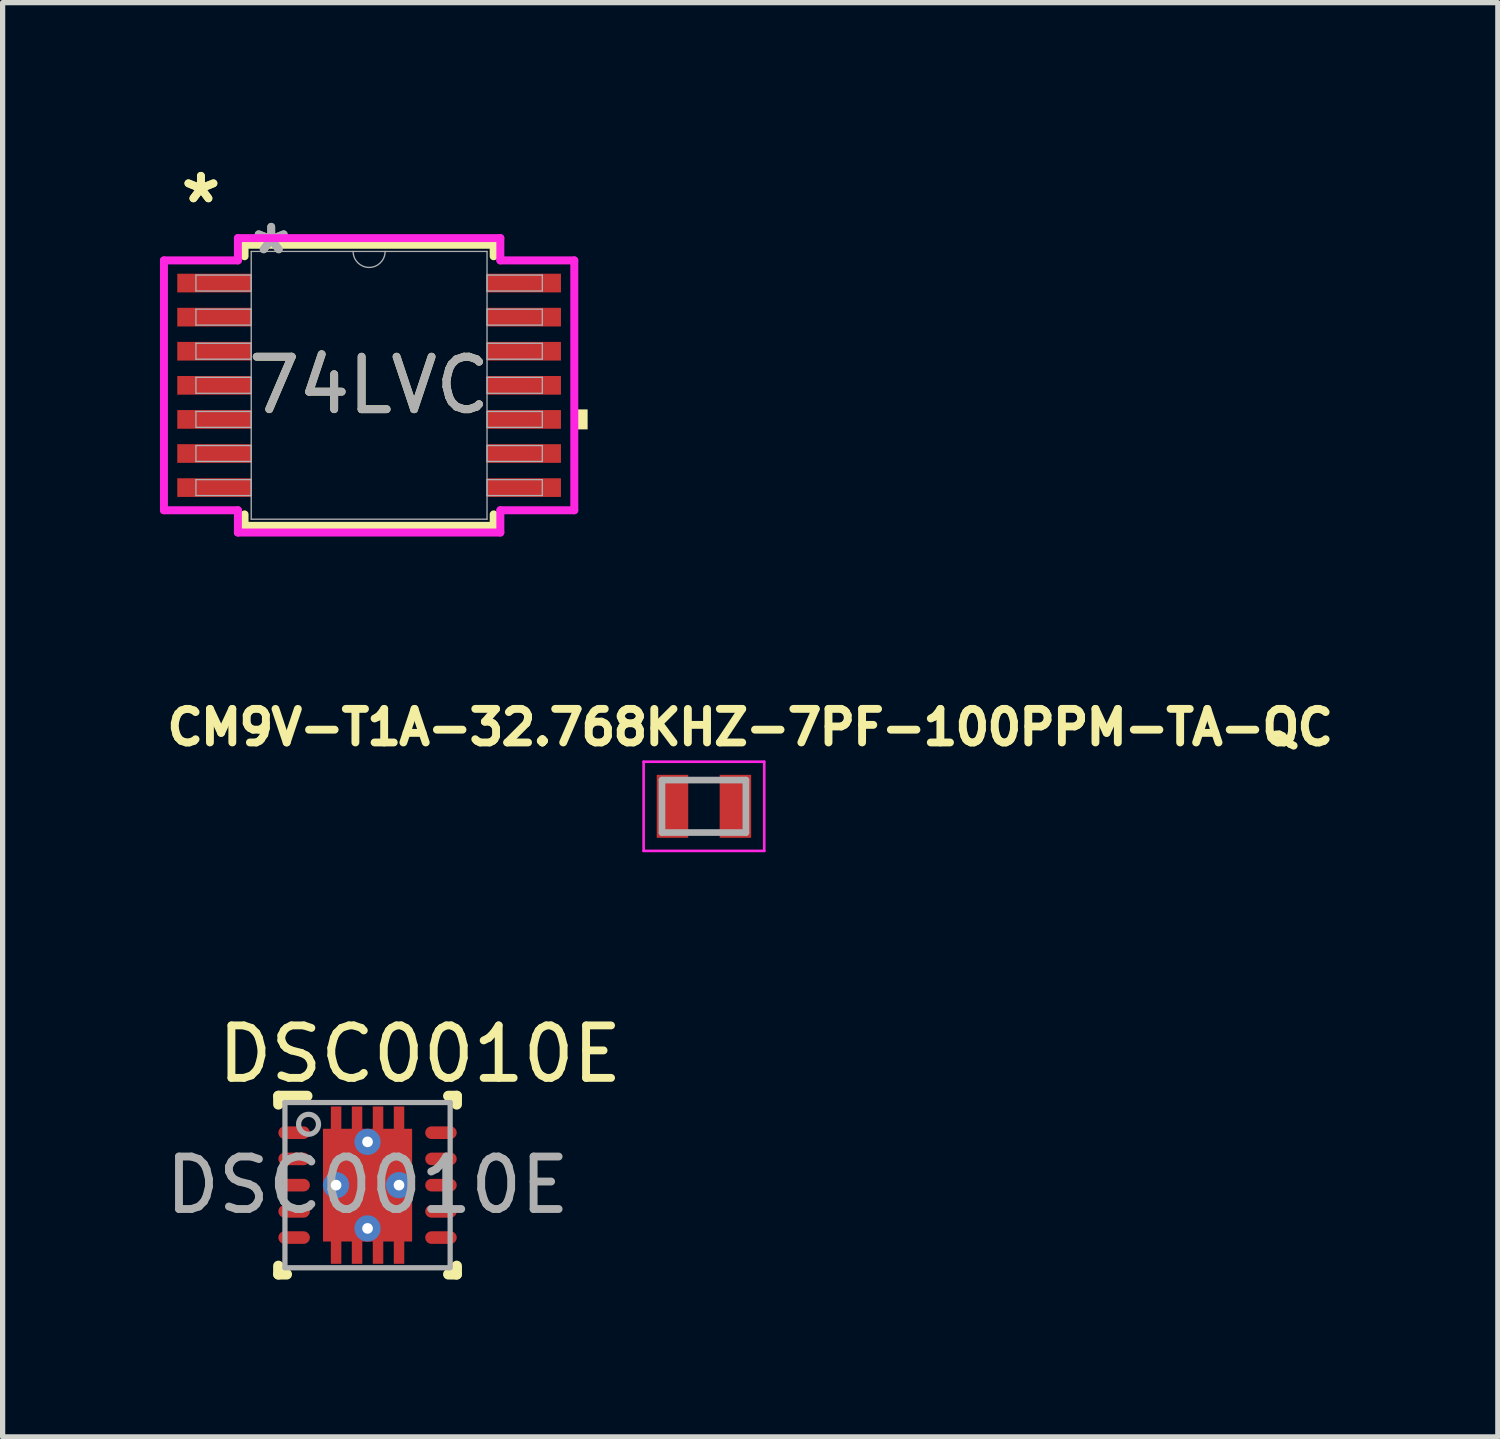
<source format=kicad_pcb>
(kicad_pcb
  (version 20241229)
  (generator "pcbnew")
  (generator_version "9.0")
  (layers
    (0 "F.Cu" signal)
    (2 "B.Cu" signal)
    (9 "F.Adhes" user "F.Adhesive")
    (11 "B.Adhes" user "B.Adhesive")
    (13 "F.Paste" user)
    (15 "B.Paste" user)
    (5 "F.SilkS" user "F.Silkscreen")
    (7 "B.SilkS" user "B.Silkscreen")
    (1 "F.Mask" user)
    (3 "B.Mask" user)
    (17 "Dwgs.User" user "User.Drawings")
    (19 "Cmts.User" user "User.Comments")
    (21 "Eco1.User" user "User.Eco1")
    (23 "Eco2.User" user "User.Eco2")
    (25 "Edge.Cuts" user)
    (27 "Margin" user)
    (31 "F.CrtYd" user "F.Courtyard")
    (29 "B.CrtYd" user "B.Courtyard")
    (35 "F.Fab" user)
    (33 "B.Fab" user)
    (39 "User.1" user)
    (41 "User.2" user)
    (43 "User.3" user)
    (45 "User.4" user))
  (footprint "74LVC"
    (layer "F.Cu")
    (at 3.988 4.297)
    (property "Reference" "74LVC" (at 0 0 0) (unlocked yes) (layer "F.SilkS") (effects (font (size 1 1) (thickness 0.15))))
    (attr smd)
    (fp_line (start -2.375 -2.68) (end -2.375 -2.461) (stroke (width 0.152) (type solid)) (layer "F.SilkS"))
    (fp_line (start -2.375 2.461) (end -2.375 2.68) (stroke (width 0.152) (type solid)) (layer "F.SilkS"))
    (fp_line (start -2.375 2.68) (end 2.375 2.68) (stroke (width 0.152) (type solid)) (layer "F.SilkS"))
    (fp_line (start 2.375 -2.68) (end -2.375 -2.68) (stroke (width 0.152) (type solid)) (layer "F.SilkS"))
    (fp_line (start 2.375 -2.461) (end 2.375 -2.68) (stroke (width 0.152) (type solid)) (layer "F.SilkS"))
    (fp_line (start 2.375 2.68) (end 2.375 2.461) (stroke (width 0.152) (type solid)) (layer "F.SilkS"))
    (fp_poly (pts (xy 4.166 0.459) (xy 4.166 0.84) (xy 3.912 0.84) (xy 3.912 0.459)) (stroke (width 0) (type solid)) (fill yes) (layer "F.SilkS"))
    (fp_line (start -3.912 -2.382) (end -2.502 -2.382) (stroke (width 0.152) (type solid)) (layer "F.CrtYd"))
    (fp_line (start -3.912 2.382) (end -3.912 -2.382) (stroke (width 0.152) (type solid)) (layer "F.CrtYd"))
    (fp_line (start -3.912 2.382) (end -2.502 2.382) (stroke (width 0.152) (type solid)) (layer "F.CrtYd"))
    (fp_line (start -2.502 -2.807) (end 2.502 -2.807) (stroke (width 0.152) (type solid)) (layer "F.CrtYd"))
    (fp_line (start -2.502 -2.382) (end -2.502 -2.807) (stroke (width 0.152) (type solid)) (layer "F.CrtYd"))
    (fp_line (start -2.502 2.807) (end -2.502 2.382) (stroke (width 0.152) (type solid)) (layer "F.CrtYd"))
    (fp_line (start 2.502 -2.807) (end 2.502 -2.382) (stroke (width 0.152) (type solid)) (layer "F.CrtYd"))
    (fp_line (start 2.502 2.382) (end 2.502 2.807) (stroke (width 0.152) (type solid)) (layer "F.CrtYd"))
    (fp_line (start 2.502 2.807) (end -2.502 2.807) (stroke (width 0.152) (type solid)) (layer "F.CrtYd"))
    (fp_line (start 3.912 -2.382) (end 2.502 -2.382) (stroke (width 0.152) (type solid)) (layer "F.CrtYd"))
    (fp_line (start 3.912 -2.382) (end 3.912 2.382) (stroke (width 0.152) (type solid)) (layer "F.CrtYd"))
    (fp_line (start 3.912 2.382) (end 2.502 2.382) (stroke (width 0.152) (type solid)) (layer "F.CrtYd"))
    (fp_line (start -3.302 -2.102) (end -3.302 -1.798) (stroke (width 0.025) (type solid)) (layer "F.Fab"))
    (fp_line (start -3.302 -1.798) (end -2.248 -1.798) (stroke (width 0.025) (type solid)) (layer "F.Fab"))
    (fp_line (start -3.302 -1.452) (end -3.302 -1.148) (stroke (width 0.025) (type solid)) (layer "F.Fab"))
    (fp_line (start -3.302 -1.148) (end -2.248 -1.148) (stroke (width 0.025) (type solid)) (layer "F.Fab"))
    (fp_line (start -3.302 -0.802) (end -3.302 -0.498) (stroke (width 0.025) (type solid)) (layer "F.Fab"))
    (fp_line (start -3.302 -0.498) (end -2.248 -0.498) (stroke (width 0.025) (type solid)) (layer "F.Fab"))
    (fp_line (start -3.302 -0.152) (end -3.302 0.152) (stroke (width 0.025) (type solid)) (layer "F.Fab"))
    (fp_line (start -3.302 0.152) (end -2.248 0.152) (stroke (width 0.025) (type solid)) (layer "F.Fab"))
    (fp_line (start -3.302 0.498) (end -3.302 0.802) (stroke (width 0.025) (type solid)) (layer "F.Fab"))
    (fp_line (start -3.302 0.802) (end -2.248 0.802) (stroke (width 0.025) (type solid)) (layer "F.Fab"))
    (fp_line (start -3.302 1.148) (end -3.302 1.452) (stroke (width 0.025) (type solid)) (layer "F.Fab"))
    (fp_line (start -3.302 1.452) (end -2.248 1.452) (stroke (width 0.025) (type solid)) (layer "F.Fab"))
    (fp_line (start -3.302 1.798) (end -3.302 2.102) (stroke (width 0.025) (type solid)) (layer "F.Fab"))
    (fp_line (start -3.302 2.102) (end -2.248 2.102) (stroke (width 0.025) (type solid)) (layer "F.Fab"))
    (fp_line (start -2.248 -2.553) (end -2.248 2.553) (stroke (width 0.025) (type solid)) (layer "F.Fab"))
    (fp_line (start -2.248 -2.102) (end -3.302 -2.102) (stroke (width 0.025) (type solid)) (layer "F.Fab"))
    (fp_line (start -2.248 -1.798) (end -2.248 -2.102) (stroke (width 0.025) (type solid)) (layer "F.Fab"))
    (fp_line (start -2.248 -1.452) (end -3.302 -1.452) (stroke (width 0.025) (type solid)) (layer "F.Fab"))
    (fp_line (start -2.248 -1.148) (end -2.248 -1.452) (stroke (width 0.025) (type solid)) (layer "F.Fab"))
    (fp_line (start -2.248 -0.802) (end -3.302 -0.802) (stroke (width 0.025) (type solid)) (layer "F.Fab"))
    (fp_line (start -2.248 -0.498) (end -2.248 -0.802) (stroke (width 0.025) (type solid)) (layer "F.Fab"))
    (fp_line (start -2.248 -0.152) (end -3.302 -0.152) (stroke (width 0.025) (type solid)) (layer "F.Fab"))
    (fp_line (start -2.248 0.152) (end -2.248 -0.152) (stroke (width 0.025) (type solid)) (layer "F.Fab"))
    (fp_line (start -2.248 0.498) (end -3.302 0.498) (stroke (width 0.025) (type solid)) (layer "F.Fab"))
    (fp_line (start -2.248 0.802) (end -2.248 0.498) (stroke (width 0.025) (type solid)) (layer "F.Fab"))
    (fp_line (start -2.248 1.148) (end -3.302 1.148) (stroke (width 0.025) (type solid)) (layer "F.Fab"))
    (fp_line (start -2.248 1.452) (end -2.248 1.148) (stroke (width 0.025) (type solid)) (layer "F.Fab"))
    (fp_line (start -2.248 1.798) (end -3.302 1.798) (stroke (width 0.025) (type solid)) (layer "F.Fab"))
    (fp_line (start -2.248 2.102) (end -2.248 1.798) (stroke (width 0.025) (type solid)) (layer "F.Fab"))
    (fp_line (start -2.248 2.553) (end 2.248 2.553) (stroke (width 0.025) (type solid)) (layer "F.Fab"))
    (fp_line (start 2.248 -2.553) (end -2.248 -2.553) (stroke (width 0.025) (type solid)) (layer "F.Fab"))
    (fp_line (start 2.248 -2.102) (end 2.248 -1.798) (stroke (width 0.025) (type solid)) (layer "F.Fab"))
    (fp_line (start 2.248 -1.798) (end 3.302 -1.798) (stroke (width 0.025) (type solid)) (layer "F.Fab"))
    (fp_line (start 2.248 -1.452) (end 2.248 -1.148) (stroke (width 0.025) (type solid)) (layer "F.Fab"))
    (fp_line (start 2.248 -1.148) (end 3.302 -1.148) (stroke (width 0.025) (type solid)) (layer "F.Fab"))
    (fp_line (start 2.248 -0.802) (end 2.248 -0.498) (stroke (width 0.025) (type solid)) (layer "F.Fab"))
    (fp_line (start 2.248 -0.498) (end 3.302 -0.498) (stroke (width 0.025) (type solid)) (layer "F.Fab"))
    (fp_line (start 2.248 -0.152) (end 2.248 0.152) (stroke (width 0.025) (type solid)) (layer "F.Fab"))
    (fp_line (start 2.248 0.152) (end 3.302 0.152) (stroke (width 0.025) (type solid)) (layer "F.Fab"))
    (fp_line (start 2.248 0.498) (end 2.248 0.802) (stroke (width 0.025) (type solid)) (layer "F.Fab"))
    (fp_line (start 2.248 0.802) (end 3.302 0.802) (stroke (width 0.025) (type solid)) (layer "F.Fab"))
    (fp_line (start 2.248 1.148) (end 2.248 1.452) (stroke (width 0.025) (type solid)) (layer "F.Fab"))
    (fp_line (start 2.248 1.452) (end 3.302 1.452) (stroke (width 0.025) (type solid)) (layer "F.Fab"))
    (fp_line (start 2.248 1.798) (end 2.248 2.102) (stroke (width 0.025) (type solid)) (layer "F.Fab"))
    (fp_line (start 2.248 2.102) (end 3.302 2.102) (stroke (width 0.025) (type solid)) (layer "F.Fab"))
    (fp_line (start 2.248 2.553) (end 2.248 -2.553) (stroke (width 0.025) (type solid)) (layer "F.Fab"))
    (fp_line (start 3.302 -2.102) (end 2.248 -2.102) (stroke (width 0.025) (type solid)) (layer "F.Fab"))
    (fp_line (start 3.302 -1.798) (end 3.302 -2.102) (stroke (width 0.025) (type solid)) (layer "F.Fab"))
    (fp_line (start 3.302 -1.452) (end 2.248 -1.452) (stroke (width 0.025) (type solid)) (layer "F.Fab"))
    (fp_line (start 3.302 -1.148) (end 3.302 -1.452) (stroke (width 0.025) (type solid)) (layer "F.Fab"))
    (fp_line (start 3.302 -0.802) (end 2.248 -0.802) (stroke (width 0.025) (type solid)) (layer "F.Fab"))
    (fp_line (start 3.302 -0.498) (end 3.302 -0.802) (stroke (width 0.025) (type solid)) (layer "F.Fab"))
    (fp_line (start 3.302 -0.152) (end 2.248 -0.152) (stroke (width 0.025) (type solid)) (layer "F.Fab"))
    (fp_line (start 3.302 0.152) (end 3.302 -0.152) (stroke (width 0.025) (type solid)) (layer "F.Fab"))
    (fp_line (start 3.302 0.498) (end 2.248 0.498) (stroke (width 0.025) (type solid)) (layer "F.Fab"))
    (fp_line (start 3.302 0.802) (end 3.302 0.498) (stroke (width 0.025) (type solid)) (layer "F.Fab"))
    (fp_line (start 3.302 1.148) (end 2.248 1.148) (stroke (width 0.025) (type solid)) (layer "F.Fab"))
    (fp_line (start 3.302 1.452) (end 3.302 1.148) (stroke (width 0.025) (type solid)) (layer "F.Fab"))
    (fp_line (start 3.302 1.798) (end 2.248 1.798) (stroke (width 0.025) (type solid)) (layer "F.Fab"))
    (fp_line (start 3.302 2.102) (end 3.302 1.798) (stroke (width 0.025) (type solid)) (layer "F.Fab"))
    (fp_arc (start 0.3048 -2.5527) (mid 0 -2.2479) (end -0.3048 -2.5527) (stroke (width 0.0254) (type solid)) (layer "F.Fab"))
    (fp_text user "*" (at -3.207 -3.449 0) (unlocked yes) (layer "F.SilkS") (effects (font (size 1 1) (thickness 0.15))))
    (fp_text user "*" (at -3.207 -3.449 0) (layer "F.SilkS") (effects (font (size 1 1) (thickness 0.15))))
    (fp_text user "*" (at -1.867 -2.477 0) (layer "F.Fab") (effects (font (size 1 1) (thickness 0.15))))
    (fp_text user "*" (at -1.867 -2.477 0) (unlocked yes) (layer "F.Fab") (effects (font (size 1 1) (thickness 0.15))))
    (fp_text user "${REFERENCE}" (at 0 0 0) (unlocked yes) (layer "F.Fab") (effects (font (size 1 1) (thickness 0.15))))
    (pad "1" smd rect (at -2.953 -1.95) (size 1.41 0.356) (layers "F.Cu" "F.Mask" "F.Paste"))
    (pad "2" smd rect (at -2.953 -1.3) (size 1.41 0.356) (layers "F.Cu" "F.Mask" "F.Paste"))
    (pad "3" smd rect (at -2.953 -0.65) (size 1.41 0.356) (layers "F.Cu" "F.Mask" "F.Paste"))
    (pad "4" smd rect (at -2.953 0) (size 1.41 0.356) (layers "F.Cu" "F.Mask" "F.Paste"))
    (pad "5" smd rect (at -2.953 0.65) (size 1.41 0.356) (layers "F.Cu" "F.Mask" "F.Paste"))
    (pad "6" smd rect (at -2.953 1.3) (size 1.41 0.356) (layers "F.Cu" "F.Mask" "F.Paste"))
    (pad "7" smd rect (at -2.953 1.95) (size 1.41 0.356) (layers "F.Cu" "F.Mask" "F.Paste"))
    (pad "8" smd rect (at 2.953 1.95) (size 1.41 0.356) (layers "F.Cu" "F.Mask" "F.Paste"))
    (pad "9" smd rect (at 2.953 1.3) (size 1.41 0.356) (layers "F.Cu" "F.Mask" "F.Paste"))
    (pad "10" smd rect (at 2.953 0.65) (size 1.41 0.356) (layers "F.Cu" "F.Mask" "F.Paste"))
    (pad "11" smd rect (at 2.953 0) (size 1.41 0.356) (layers "F.Cu" "F.Mask" "F.Paste"))
    (pad "12" smd rect (at 2.953 -0.65) (size 1.41 0.356) (layers "F.Cu" "F.Mask" "F.Paste"))
    (pad "13" smd rect (at 2.953 -1.3) (size 1.41 0.356) (layers "F.Cu" "F.Mask" "F.Paste"))
    (pad "14" smd rect (at 2.953 -1.95) (size 1.41 0.356) (layers "F.Cu" "F.Mask" "F.Paste")))
  (footprint "DSC0010E"
    (layer "F.Cu")
    (at 3.958 19.547)
    (property "Reference" "DSC0010E" (at 1 -2.5 0) (unlocked yes) (layer "F.SilkS") (effects (font (size 1 1) (thickness 0.15))))
    (attr smd)
    (fp_poly (pts (xy -0.7 -1.06) (xy -0.5 -1.06) (xy -0.5 -1.5) (xy -0.7 -1.5)) (stroke (width 0) (type solid)) (fill yes) (layer "F.Cu"))
    (fp_poly (pts (xy -0.7 1.5) (xy -0.5 1.5) (xy -0.5 1.06) (xy -0.7 1.06)) (stroke (width 0) (type solid)) (fill yes) (layer "F.Cu"))
    (fp_poly (pts (xy -0.3 -1.06) (xy -0.1 -1.06) (xy -0.1 -1.5) (xy -0.3 -1.5)) (stroke (width 0) (type solid)) (fill yes) (layer "F.Cu"))
    (fp_poly (pts (xy -0.3 1.5) (xy -0.1 1.5) (xy -0.1 1.06) (xy -0.3 1.06)) (stroke (width 0) (type solid)) (fill yes) (layer "F.Cu"))
    (fp_poly (pts (xy 0.3 -1.5) (xy 0.1 -1.5) (xy 0.1 -1.06) (xy 0.3 -1.06)) (stroke (width 0) (type solid)) (fill yes) (layer "F.Cu"))
    (fp_poly (pts (xy 0.3 1.06) (xy 0.1 1.06) (xy 0.1 1.5) (xy 0.3 1.5)) (stroke (width 0) (type solid)) (fill yes) (layer "F.Cu"))
    (fp_poly (pts (xy 0.7 -1.5) (xy 0.5 -1.5) (xy 0.5 -1.06) (xy 0.7 -1.06)) (stroke (width 0) (type solid)) (fill yes) (layer "F.Cu"))
    (fp_poly (pts (xy 0.7 1.06) (xy 0.5 1.06) (xy 0.5 1.5) (xy 0.7 1.5)) (stroke (width 0) (type solid)) (fill yes) (layer "F.Cu"))
    (fp_poly (pts (xy -0.751 -1.009) (xy -0.449 -1.009) (xy -0.449 -1.551) (xy -0.751 -1.551)) (stroke (width 0) (type solid)) (fill yes) (layer "F.Mask"))
    (fp_poly (pts (xy -0.751 1.551) (xy -0.449 1.551) (xy -0.449 1.009) (xy -0.751 1.009)) (stroke (width 0) (type solid)) (fill yes) (layer "F.Mask"))
    (fp_poly (pts (xy -0.351 -1.009) (xy -0.049 -1.009) (xy -0.049 -1.551) (xy -0.351 -1.551)) (stroke (width 0) (type solid)) (fill yes) (layer "F.Mask"))
    (fp_poly (pts (xy -0.351 1.551) (xy -0.049 1.551) (xy -0.049 1.009) (xy -0.351 1.009)) (stroke (width 0) (type solid)) (fill yes) (layer "F.Mask"))
    (fp_poly (pts (xy 0.351 -1.551) (xy 0.049 -1.551) (xy 0.049 -1.009) (xy 0.351 -1.009)) (stroke (width 0) (type solid)) (fill yes) (layer "F.Mask"))
    (fp_poly (pts (xy 0.351 1.009) (xy 0.049 1.009) (xy 0.049 1.551) (xy 0.351 1.551)) (stroke (width 0) (type solid)) (fill yes) (layer "F.Mask"))
    (fp_poly (pts (xy 0.751 -1.551) (xy 0.449 -1.551) (xy 0.449 -1.009) (xy 0.751 -1.009)) (stroke (width 0) (type solid)) (fill yes) (layer "F.Mask"))
    (fp_poly (pts (xy 0.751 1.009) (xy 0.449 1.009) (xy 0.449 1.551) (xy 0.751 1.551)) (stroke (width 0) (type solid)) (fill yes) (layer "F.Mask"))
    (fp_line (start -1.7 1.7) (end -1.7 1.54) (stroke (width 0.2) (type solid)) (layer "F.SilkS"))
    (fp_line (start -1.7 1.7) (end -1.54 1.7) (stroke (width 0.2) (type solid)) (layer "F.SilkS"))
    (fp_line (start -1.7 -1.7) (end -1.15 -1.7) (stroke (width 0.2) (type solid)) (layer "F.SilkS"))
    (fp_line (start -1.7 -1.54) (end -1.7 -1.7) (stroke (width 0.2) (type solid)) (layer "F.SilkS"))
    (fp_line (start 1.54 -1.7) (end 1.7 -1.7) (stroke (width 0.2) (type solid)) (layer "F.SilkS"))
    (fp_line (start 1.54 1.7) (end 1.7 1.7) (stroke (width 0.2) (type solid)) (layer "F.SilkS"))
    (fp_line (start 1.7 -1.54) (end 1.7 -1.7) (stroke (width 0.2) (type solid)) (layer "F.SilkS"))
    (fp_line (start 1.7 1.7) (end 1.7 1.54) (stroke (width 0.2) (type solid)) (layer "F.SilkS"))
    (fp_poly (pts (xy -0.775 0.1) (xy -0.775 1.075) (xy 0.775 1.075) (xy 0.775 0.1)) (stroke (width 0) (type solid)) (fill yes) (layer "F.Paste"))
    (fp_poly (pts (xy 0.775 -0.1) (xy 0.775 -1.075) (xy -0.775 -1.075) (xy -0.775 -0.1)) (stroke (width 0) (type solid)) (fill yes) (layer "F.Paste"))
    (fp_line (start -1.575 -1.575) (end 1.575 -1.575) (stroke (width 0.1) (type solid)) (layer "F.Fab"))
    (fp_line (start -1.575 1.575) (end -1.575 -1.575) (stroke (width 0.1) (type solid)) (layer "F.Fab"))
    (fp_line (start -1.575 1.575) (end 1.55 1.575) (stroke (width 0.1) (type solid)) (layer "F.Fab"))
    (fp_line (start 1.55 1.575) (end 1.575 1.55) (stroke (width 0.1) (type solid)) (layer "F.Fab"))
    (fp_line (start 1.575 1.575) (end 1.575 -1.575) (stroke (width 0.1) (type solid)) (layer "F.Fab"))
    (fp_circle (center -1.125 -1.16) (end -0.935 -1.16) (stroke (width 0.1) (type solid)) (fill no) (layer "F.Fab"))
    (fp_text user "${REFERENCE}" (at 0 0 0) (unlocked yes) (layer "F.Fab") (effects (font (size 1 1) (thickness 0.15))))
    (pad "1" smd oval (at -1.4 -1 90) (size 0.24 0.6) (layers "F.Cu" "F.Mask" "F.Paste"))
    (pad "2" smd oval (at -1.4 -0.5 90) (size 0.24 0.6) (layers "F.Cu" "F.Mask" "F.Paste"))
    (pad "3" smd oval (at -1.4 0 90) (size 0.24 0.6) (layers "F.Cu" "F.Mask" "F.Paste"))
    (pad "4" smd oval (at -1.4 0.5 90) (size 0.24 0.6) (layers "F.Cu" "F.Mask" "F.Paste"))
    (pad "5" smd oval (at -1.4 1 90) (size 0.24 0.6) (layers "F.Cu" "F.Mask" "F.Paste"))
    (pad "6" smd oval (at 1.4 1 90) (size 0.24 0.6) (layers "F.Cu" "F.Mask" "F.Paste"))
    (pad "7" smd oval (at 1.4 0.5 90) (size 0.24 0.6) (layers "F.Cu" "F.Mask" "F.Paste"))
    (pad "8" smd oval (at 1.4 0 90) (size 0.24 0.6) (layers "F.Cu" "F.Mask" "F.Paste"))
    (pad "9" smd oval (at 1.4 -0.5 90) (size 0.24 0.6) (layers "F.Cu" "F.Mask" "F.Paste"))
    (pad "10" smd oval (at 1.4 -1 90) (size 0.24 0.6) (layers "F.Cu" "F.Mask" "F.Paste"))
    (pad "11" smd rect (at 0 0 90) (size 2.15 1.7) (layers "F.Cu" "F.Mask"))
    (pad "V" thru_hole circle (at -0.6 0) (size 0.5 0.5) (drill 0.203) (layers "*.Cu" "*.Mask"))
    (pad "V" thru_hole circle (at 0 -0.825) (size 0.5 0.5) (drill 0.203) (layers "*.Cu" "*.Mask"))
    (pad "V" thru_hole circle (at 0 0.825) (size 0.5 0.5) (drill 0.203) (layers "*.Cu" "*.Mask"))
    (pad "V" thru_hole circle (at 0.6 0) (size 0.5 0.5) (drill 0.203) (layers "*.Cu" "*.Mask")))
  (footprint "CM9V-T1A-32.768KHZ-7PF-100PPM-TA-QC"
    (layer "F.Cu")
    (at 10.372 12.324)
    (property "Reference" "CM9V-T1A-32.768KHZ-7PF-100PPM-TA-QC" (at 0.882 -1.506 0) (layer "F.SilkS") (effects (font (size 0.64 0.64) (thickness 0.15))))
    (attr smd)
    (fp_line (start -1.15 -0.85) (end -1.15 0.85) (stroke (width 0.05) (type solid)) (layer "F.CrtYd"))
    (fp_line (start -1.15 0.85) (end 1.15 0.85) (stroke (width 0.05) (type solid)) (layer "F.CrtYd"))
    (fp_line (start 1.15 -0.85) (end -1.15 -0.85) (stroke (width 0.05) (type solid)) (layer "F.CrtYd"))
    (fp_line (start 1.15 0.85) (end 1.15 -0.85) (stroke (width 0.05) (type solid)) (layer "F.CrtYd"))
    (fp_line (start -0.8 -0.5) (end -0.8 0.5) (stroke (width 0.127) (type solid)) (layer "F.Fab"))
    (fp_line (start -0.8 -0.5) (end 0.8 -0.5) (stroke (width 0.127) (type solid)) (layer "F.Fab"))
    (fp_line (start -0.8 0.5) (end 0.8 0.5) (stroke (width 0.127) (type solid)) (layer "F.Fab"))
    (fp_line (start 0.8 -0.5) (end 0.8 0.5) (stroke (width 0.127) (type solid)) (layer "F.Fab"))
    (pad "1" smd rect (at -0.6 0) (size 0.6 1.2) (layers "F.Cu" "F.Mask" "F.Paste"))
    (pad "2" smd rect (at 0.6 0) (size 0.6 1.2) (layers "F.Cu" "F.Mask" "F.Paste")))
  (gr_rect
    (start -3 -3)
    (end 25.509 24.347)
    (stroke (width 0.1) (type default))
    (fill no)
    (layer "Edge.Cuts")))
</source>
